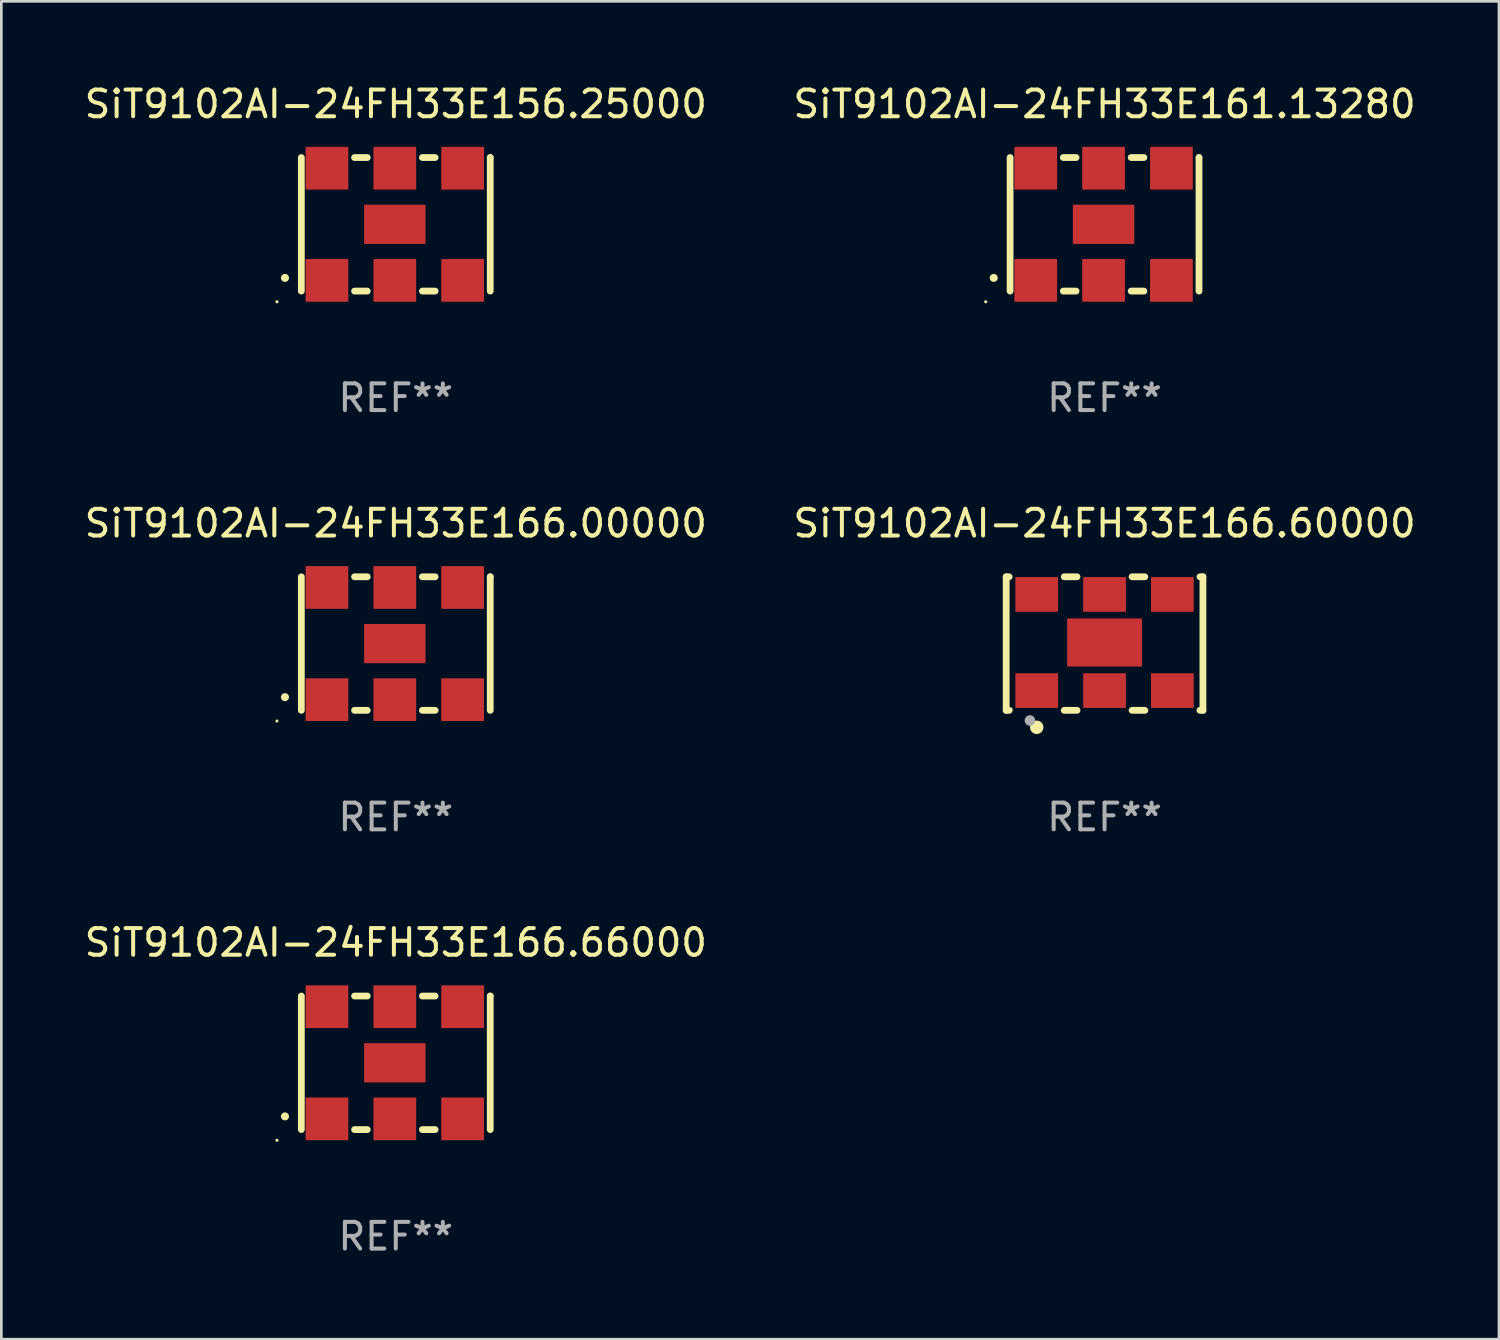
<source format=kicad_pcb>
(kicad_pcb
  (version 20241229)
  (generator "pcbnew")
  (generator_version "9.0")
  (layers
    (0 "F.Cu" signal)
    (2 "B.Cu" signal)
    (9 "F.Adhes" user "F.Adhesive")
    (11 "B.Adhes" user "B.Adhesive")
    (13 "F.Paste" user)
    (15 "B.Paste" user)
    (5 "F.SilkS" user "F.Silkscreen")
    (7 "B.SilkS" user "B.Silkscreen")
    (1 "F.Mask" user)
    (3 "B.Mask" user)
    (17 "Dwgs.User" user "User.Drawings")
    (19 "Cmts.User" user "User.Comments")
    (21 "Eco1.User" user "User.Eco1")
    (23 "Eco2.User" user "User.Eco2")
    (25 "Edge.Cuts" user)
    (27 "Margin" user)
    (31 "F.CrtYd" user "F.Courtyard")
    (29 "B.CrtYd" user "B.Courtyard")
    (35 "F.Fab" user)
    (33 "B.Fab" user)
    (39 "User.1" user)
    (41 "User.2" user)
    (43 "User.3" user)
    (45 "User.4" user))
  (footprint "SiT9102AI-24FH33E166.00000"
    (layer "F.Cu")
    (at 11.768 21.045)
    (property "Reference" "SiT9102AI-24FH33E166.00000" (at 0 -4.5 0) (layer "F.SilkS") (effects (font (size 1 1) (thickness 0.15))))
    (attr through_hole)
    (fp_line (start -3.536 -2.5) (end -3.536 2.5) (stroke (width 0.254) (type solid)) (layer "F.SilkS"))
    (fp_line (start -1.544 2.5) (end -1.067 2.5) (stroke (width 0.254) (type solid)) (layer "F.SilkS"))
    (fp_line (start -1.067 -2.5) (end -1.544 -2.5) (stroke (width 0.254) (type solid)) (layer "F.SilkS"))
    (fp_line (start 0.996 2.5) (end 1.473 2.5) (stroke (width 0.254) (type solid)) (layer "F.SilkS"))
    (fp_line (start 1.473 -2.5) (end 0.996 -2.5) (stroke (width 0.254) (type solid)) (layer "F.SilkS"))
    (fp_line (start 3.536 -2.5) (end 3.536 -2.5) (stroke (width 0.254) (type solid)) (layer "F.SilkS"))
    (fp_line (start 3.536 2.5) (end 3.536 -2.5) (stroke (width 0.254) (type solid)) (layer "F.SilkS"))
    (fp_arc (start -4.150432 2.006604) (mid -4.149162 2.006599) (end -4.147892 2.006604) (stroke (width 0.3) (type solid)) (layer "F.SilkS"))
    (fp_circle (center -4.449 2.9) (end -4.419 2.9) (stroke (width 0.06) (type solid)) (fill no) (layer "F.SilkS"))
    (fp_text user "REF**" (at 0 6.5 0) (layer "F.Fab") (effects (font (size 1 1) (thickness 0.15))))
    (pad "1" smd rect (at -2.576 2.1) (size 1.6 1.6) (layers "F.Cu" "F.Mask" "F.Paste"))
    (pad "2" smd rect (at -0.036 2.1) (size 1.6 1.6) (layers "F.Cu" "F.Mask" "F.Paste"))
    (pad "3" smd rect (at 2.504 2.1) (size 1.6 1.6) (layers "F.Cu" "F.Mask" "F.Paste"))
    (pad "4" smd rect (at 2.504 -2.1) (size 1.6 1.6) (layers "F.Cu" "F.Mask" "F.Paste"))
    (pad "5" smd rect (at -0.036 -2.1) (size 1.6 1.6) (layers "F.Cu" "F.Mask" "F.Paste"))
    (pad "6" smd rect (at -2.576 -2.1) (size 1.6 1.6) (layers "F.Cu" "F.Mask" "F.Paste"))
    (pad "7" smd rect (at -0.036 0) (size 2.3 1.47) (layers "F.Cu" "F.Mask" "F.Paste")))
  (footprint "SiT9102AI-24FH33E161.13280"
    (layer "F.Cu")
    (at 38.304 5.348)
    (property "Reference" "SiT9102AI-24FH33E161.13280" (at 0 -4.5 0) (layer "F.SilkS") (effects (font (size 1 1) (thickness 0.15))))
    (attr through_hole)
    (fp_line (start -3.536 -2.5) (end -3.536 2.5) (stroke (width 0.254) (type solid)) (layer "F.SilkS"))
    (fp_line (start -1.544 2.5) (end -1.067 2.5) (stroke (width 0.254) (type solid)) (layer "F.SilkS"))
    (fp_line (start -1.067 -2.5) (end -1.544 -2.5) (stroke (width 0.254) (type solid)) (layer "F.SilkS"))
    (fp_line (start 0.996 2.5) (end 1.473 2.5) (stroke (width 0.254) (type solid)) (layer "F.SilkS"))
    (fp_line (start 1.473 -2.5) (end 0.996 -2.5) (stroke (width 0.254) (type solid)) (layer "F.SilkS"))
    (fp_line (start 3.536 -2.5) (end 3.536 -2.5) (stroke (width 0.254) (type solid)) (layer "F.SilkS"))
    (fp_line (start 3.536 2.5) (end 3.536 -2.5) (stroke (width 0.254) (type solid)) (layer "F.SilkS"))
    (fp_arc (start -4.150432 2.006604) (mid -4.149162 2.006599) (end -4.147892 2.006604) (stroke (width 0.3) (type solid)) (layer "F.SilkS"))
    (fp_circle (center -4.449 2.9) (end -4.419 2.9) (stroke (width 0.06) (type solid)) (fill no) (layer "F.SilkS"))
    (fp_text user "REF**" (at 0 6.5 0) (layer "F.Fab") (effects (font (size 1 1) (thickness 0.15))))
    (pad "1" smd rect (at -2.576 2.1) (size 1.6 1.6) (layers "F.Cu" "F.Mask" "F.Paste"))
    (pad "2" smd rect (at -0.036 2.1) (size 1.6 1.6) (layers "F.Cu" "F.Mask" "F.Paste"))
    (pad "3" smd rect (at 2.504 2.1) (size 1.6 1.6) (layers "F.Cu" "F.Mask" "F.Paste"))
    (pad "4" smd rect (at 2.504 -2.1) (size 1.6 1.6) (layers "F.Cu" "F.Mask" "F.Paste"))
    (pad "5" smd rect (at -0.036 -2.1) (size 1.6 1.6) (layers "F.Cu" "F.Mask" "F.Paste"))
    (pad "6" smd rect (at -2.576 -2.1) (size 1.6 1.6) (layers "F.Cu" "F.Mask" "F.Paste"))
    (pad "7" smd rect (at -0.036 0) (size 2.3 1.47) (layers "F.Cu" "F.Mask" "F.Paste")))
  (footprint "SiT9102AI-24FH33E166.66000"
    (layer "F.Cu")
    (at 11.768 36.741)
    (property "Reference" "SiT9102AI-24FH33E166.66000" (at 0 -4.5 0) (layer "F.SilkS") (effects (font (size 1 1) (thickness 0.15))))
    (attr through_hole)
    (fp_line (start -3.536 -2.5) (end -3.536 2.5) (stroke (width 0.254) (type solid)) (layer "F.SilkS"))
    (fp_line (start -1.544 2.5) (end -1.067 2.5) (stroke (width 0.254) (type solid)) (layer "F.SilkS"))
    (fp_line (start -1.067 -2.5) (end -1.544 -2.5) (stroke (width 0.254) (type solid)) (layer "F.SilkS"))
    (fp_line (start 0.996 2.5) (end 1.473 2.5) (stroke (width 0.254) (type solid)) (layer "F.SilkS"))
    (fp_line (start 1.473 -2.5) (end 0.996 -2.5) (stroke (width 0.254) (type solid)) (layer "F.SilkS"))
    (fp_line (start 3.536 -2.5) (end 3.536 -2.5) (stroke (width 0.254) (type solid)) (layer "F.SilkS"))
    (fp_line (start 3.536 2.5) (end 3.536 -2.5) (stroke (width 0.254) (type solid)) (layer "F.SilkS"))
    (fp_arc (start -4.150432 2.006604) (mid -4.149162 2.006599) (end -4.147892 2.006604) (stroke (width 0.3) (type solid)) (layer "F.SilkS"))
    (fp_circle (center -4.449 2.9) (end -4.419 2.9) (stroke (width 0.06) (type solid)) (fill no) (layer "F.SilkS"))
    (fp_text user "REF**" (at 0 6.5 0) (layer "F.Fab") (effects (font (size 1 1) (thickness 0.15))))
    (pad "1" smd rect (at -2.576 2.1) (size 1.6 1.6) (layers "F.Cu" "F.Mask" "F.Paste"))
    (pad "2" smd rect (at -0.036 2.1) (size 1.6 1.6) (layers "F.Cu" "F.Mask" "F.Paste"))
    (pad "3" smd rect (at 2.504 2.1) (size 1.6 1.6) (layers "F.Cu" "F.Mask" "F.Paste"))
    (pad "4" smd rect (at 2.504 -2.1) (size 1.6 1.6) (layers "F.Cu" "F.Mask" "F.Paste"))
    (pad "5" smd rect (at -0.036 -2.1) (size 1.6 1.6) (layers "F.Cu" "F.Mask" "F.Paste"))
    (pad "6" smd rect (at -2.576 -2.1) (size 1.6 1.6) (layers "F.Cu" "F.Mask" "F.Paste"))
    (pad "7" smd rect (at -0.036 0) (size 2.3 1.47) (layers "F.Cu" "F.Mask" "F.Paste")))
  (footprint "SiT9102AI-24FH33E156.25000"
    (layer "F.Cu")
    (at 11.768 5.348)
    (property "Reference" "SiT9102AI-24FH33E156.25000" (at 0 -4.5 0) (layer "F.SilkS") (effects (font (size 1 1) (thickness 0.15))))
    (attr through_hole)
    (fp_line (start -3.536 -2.5) (end -3.536 2.5) (stroke (width 0.254) (type solid)) (layer "F.SilkS"))
    (fp_line (start -1.544 2.5) (end -1.067 2.5) (stroke (width 0.254) (type solid)) (layer "F.SilkS"))
    (fp_line (start -1.067 -2.5) (end -1.544 -2.5) (stroke (width 0.254) (type solid)) (layer "F.SilkS"))
    (fp_line (start 0.996 2.5) (end 1.473 2.5) (stroke (width 0.254) (type solid)) (layer "F.SilkS"))
    (fp_line (start 1.473 -2.5) (end 0.996 -2.5) (stroke (width 0.254) (type solid)) (layer "F.SilkS"))
    (fp_line (start 3.536 -2.5) (end 3.536 -2.5) (stroke (width 0.254) (type solid)) (layer "F.SilkS"))
    (fp_line (start 3.536 2.5) (end 3.536 -2.5) (stroke (width 0.254) (type solid)) (layer "F.SilkS"))
    (fp_arc (start -4.150432 2.006604) (mid -4.149162 2.006599) (end -4.147892 2.006604) (stroke (width 0.3) (type solid)) (layer "F.SilkS"))
    (fp_circle (center -4.449 2.9) (end -4.419 2.9) (stroke (width 0.06) (type solid)) (fill no) (layer "F.SilkS"))
    (fp_text user "REF**" (at 0 6.5 0) (layer "F.Fab") (effects (font (size 1 1) (thickness 0.15))))
    (pad "1" smd rect (at -2.576 2.1) (size 1.6 1.6) (layers "F.Cu" "F.Mask" "F.Paste"))
    (pad "2" smd rect (at -0.036 2.1) (size 1.6 1.6) (layers "F.Cu" "F.Mask" "F.Paste"))
    (pad "3" smd rect (at 2.504 2.1) (size 1.6 1.6) (layers "F.Cu" "F.Mask" "F.Paste"))
    (pad "4" smd rect (at 2.504 -2.1) (size 1.6 1.6) (layers "F.Cu" "F.Mask" "F.Paste"))
    (pad "5" smd rect (at -0.036 -2.1) (size 1.6 1.6) (layers "F.Cu" "F.Mask" "F.Paste"))
    (pad "6" smd rect (at -2.576 -2.1) (size 1.6 1.6) (layers "F.Cu" "F.Mask" "F.Paste"))
    (pad "7" smd rect (at -0.036 0) (size 2.3 1.47) (layers "F.Cu" "F.Mask" "F.Paste")))
  (footprint "SiT9102AI-24FH33E166.60000"
    (layer "F.Cu")
    (at 38.304 21.045)
    (property "Reference" "SiT9102AI-24FH33E166.60000" (at 0 -4.5 0) (layer "F.SilkS") (effects (font (size 1 1) (thickness 0.15))))
    (attr through_hole)
    (fp_line (start -3.683 -2.5) (end -3.571 -2.5) (stroke (width 0.254) (type solid)) (layer "F.SilkS"))
    (fp_line (start -3.683 2.5) (end -3.683 -2.5) (stroke (width 0.254) (type solid)) (layer "F.SilkS"))
    (fp_line (start -3.683 2.5) (end -3.571 2.5) (stroke (width 0.254) (type solid)) (layer "F.SilkS"))
    (fp_line (start -1.509 -2.5) (end -1.031 -2.5) (stroke (width 0.254) (type solid)) (layer "F.SilkS"))
    (fp_line (start -1.509 2.5) (end -1.031 2.5) (stroke (width 0.254) (type solid)) (layer "F.SilkS"))
    (fp_line (start 1.031 -2.5) (end 1.509 -2.5) (stroke (width 0.254) (type solid)) (layer "F.SilkS"))
    (fp_line (start 1.031 2.5) (end 1.509 2.5) (stroke (width 0.254) (type solid)) (layer "F.SilkS"))
    (fp_line (start 3.571 -2.5) (end 3.683 -2.5) (stroke (width 0.254) (type solid)) (layer "F.SilkS"))
    (fp_line (start 3.571 2.5) (end 3.683 2.5) (stroke (width 0.254) (type solid)) (layer "F.SilkS"))
    (fp_line (start 3.683 2.5) (end 3.683 -2.5) (stroke (width 0.254) (type solid)) (layer "F.SilkS"))
    (fp_circle (center -3.5 2.46) (end -3.47 2.46) (stroke (width 0.06) (type solid)) (fill no) (layer "F.SilkS"))
    (fp_circle (center -2.54 3.135) (end -2.413 3.135) (stroke (width 0.254) (type solid)) (fill no) (layer "F.SilkS"))
    (fp_circle (center -2.794 2.881) (end -2.694 2.881) (stroke (width 0.2) (type solid)) (fill no) (layer "F.Fab"))
    (fp_text user "REF**" (at 0 6.5 0) (layer "F.Fab") (effects (font (size 1 1) (thickness 0.15))))
    (pad "1" smd rect (at -2.54 1.76) (size 1.6 1.3) (layers "F.Cu" "F.Mask" "F.Paste"))
    (pad "2" smd rect (at 0 1.76) (size 1.6 1.3) (layers "F.Cu" "F.Mask" "F.Paste"))
    (pad "3" smd rect (at 2.54 1.76) (size 1.6 1.3) (layers "F.Cu" "F.Mask" "F.Paste"))
    (pad "4" smd rect (at 2.54 -1.84) (size 1.6 1.3) (layers "F.Cu" "F.Mask" "F.Paste"))
    (pad "5" smd rect (at 0 -1.84) (size 1.6 1.3) (layers "F.Cu" "F.Mask" "F.Paste"))
    (pad "6" smd rect (at -2.54 -1.84) (size 1.6 1.3) (layers "F.Cu" "F.Mask" "F.Paste"))
    (pad "7" smd rect (at 0 -0.04) (size 2.8 1.8) (layers "F.Cu" "F.Mask" "F.Paste")))
  (gr_rect
    (start -3 -3)
    (end 53.071 47.09)
    (stroke (width 0.1) (type default))
    (fill no)
    (layer "Edge.Cuts")))
</source>
